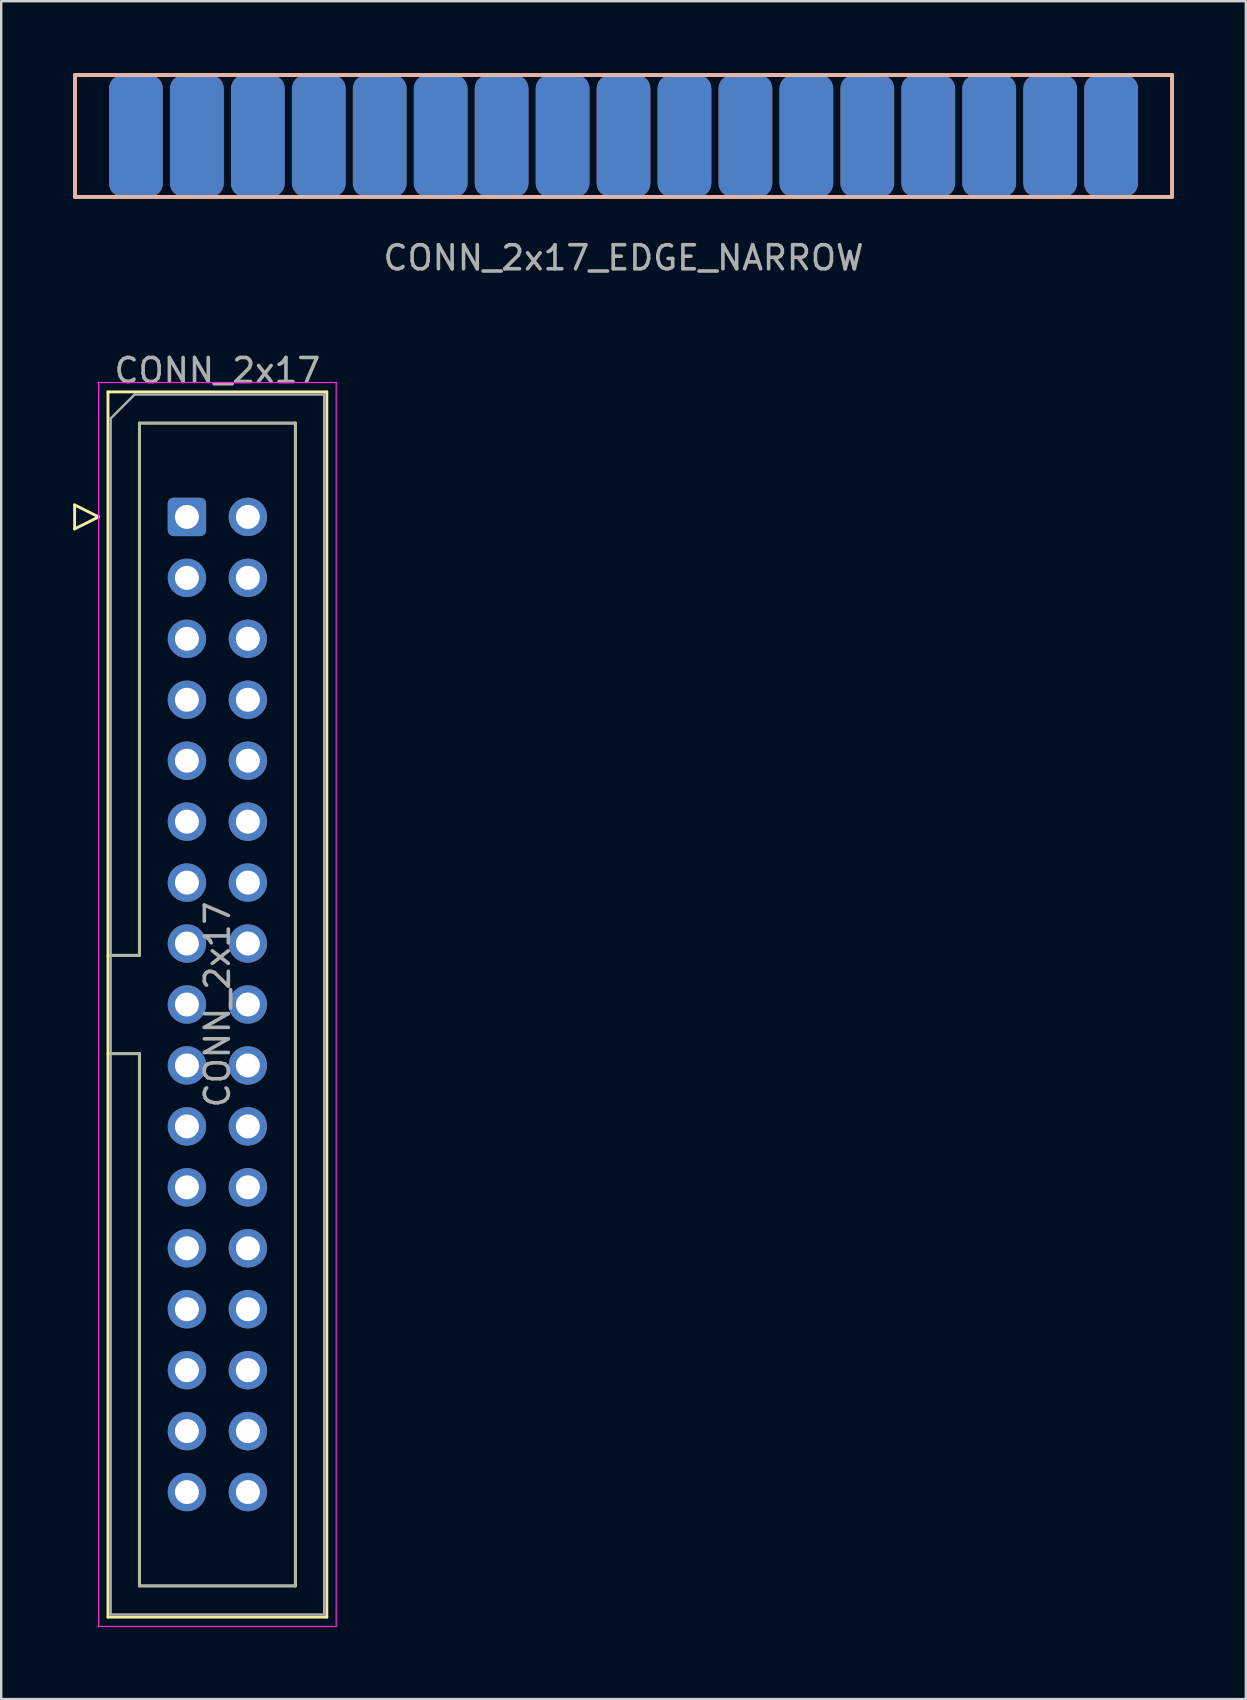
<source format=kicad_pcb>
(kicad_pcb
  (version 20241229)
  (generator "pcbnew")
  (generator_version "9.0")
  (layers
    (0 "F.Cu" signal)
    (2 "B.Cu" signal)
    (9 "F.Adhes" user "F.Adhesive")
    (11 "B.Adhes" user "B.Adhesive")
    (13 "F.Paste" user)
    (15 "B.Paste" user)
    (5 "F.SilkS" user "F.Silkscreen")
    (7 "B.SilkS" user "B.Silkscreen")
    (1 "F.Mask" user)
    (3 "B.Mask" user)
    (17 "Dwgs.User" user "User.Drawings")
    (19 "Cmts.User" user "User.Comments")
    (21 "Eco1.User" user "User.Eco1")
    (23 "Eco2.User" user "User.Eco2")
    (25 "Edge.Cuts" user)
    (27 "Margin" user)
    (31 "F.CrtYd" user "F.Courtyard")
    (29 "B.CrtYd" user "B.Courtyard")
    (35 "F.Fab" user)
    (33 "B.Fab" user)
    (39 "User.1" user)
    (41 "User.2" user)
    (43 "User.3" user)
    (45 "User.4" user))
  (footprint "CONN_2x17"
    (layer "F.Cu")
    (at 4.74 18.492)
    (property "Reference" "CONN_2x17" (at 1.27 -6.1 0) (layer "F.Fab") (effects (font (size 1 1) (thickness 0.15))))
    (attr through_hole)
    (fp_line (start -4.68 -0.5) (end -4.68 0.5) (stroke (width 0.12) (type solid)) (layer "F.SilkS"))
    (fp_line (start -4.68 0.5) (end -3.68 0) (stroke (width 0.12) (type solid)) (layer "F.SilkS"))
    (fp_line (start -3.68 0) (end -4.68 -0.5) (stroke (width 0.12) (type solid)) (layer "F.SilkS"))
    (fp_line (start -3.29 -5.21) (end 5.83 -5.21) (stroke (width 0.12) (type solid)) (layer "F.SilkS"))
    (fp_line (start -3.29 18.27) (end -1.98 18.27) (stroke (width 0.12) (type solid)) (layer "F.SilkS"))
    (fp_line (start -3.29 45.85) (end -3.29 -5.21) (stroke (width 0.12) (type solid)) (layer "F.SilkS"))
    (fp_line (start -1.98 -3.91) (end 4.52 -3.91) (stroke (width 0.12) (type solid)) (layer "F.SilkS"))
    (fp_line (start -1.98 18.27) (end -1.98 -3.91) (stroke (width 0.12) (type solid)) (layer "F.SilkS"))
    (fp_line (start -1.98 22.37) (end -3.29 22.37) (stroke (width 0.12) (type solid)) (layer "F.SilkS"))
    (fp_line (start -1.98 22.37) (end -1.98 22.37) (stroke (width 0.12) (type solid)) (layer "F.SilkS"))
    (fp_line (start -1.98 44.55) (end -1.98 22.37) (stroke (width 0.12) (type solid)) (layer "F.SilkS"))
    (fp_line (start 4.52 -3.91) (end 4.52 44.55) (stroke (width 0.12) (type solid)) (layer "F.SilkS"))
    (fp_line (start 4.52 44.55) (end -1.98 44.55) (stroke (width 0.12) (type solid)) (layer "F.SilkS"))
    (fp_line (start 5.83 -5.21) (end 5.83 45.85) (stroke (width 0.12) (type solid)) (layer "F.SilkS"))
    (fp_line (start 5.83 45.85) (end -3.29 45.85) (stroke (width 0.12) (type solid)) (layer "F.SilkS"))
    (fp_line (start -3.68 -5.6) (end -3.68 46.24) (stroke (width 0.05) (type solid)) (layer "F.CrtYd"))
    (fp_line (start -3.68 46.24) (end 6.22 46.24) (stroke (width 0.05) (type solid)) (layer "F.CrtYd"))
    (fp_line (start 6.22 -5.6) (end -3.68 -5.6) (stroke (width 0.05) (type solid)) (layer "F.CrtYd"))
    (fp_line (start 6.22 46.24) (end 6.22 -5.6) (stroke (width 0.05) (type solid)) (layer "F.CrtYd"))
    (fp_line (start -3.18 -4.1) (end -2.18 -5.1) (stroke (width 0.1) (type solid)) (layer "F.Fab"))
    (fp_line (start -3.18 18.27) (end -1.98 18.27) (stroke (width 0.1) (type solid)) (layer "F.Fab"))
    (fp_line (start -3.18 45.74) (end -3.18 -4.1) (stroke (width 0.1) (type solid)) (layer "F.Fab"))
    (fp_line (start -2.18 -5.1) (end 5.72 -5.1) (stroke (width 0.1) (type solid)) (layer "F.Fab"))
    (fp_line (start -1.98 -3.91) (end 4.52 -3.91) (stroke (width 0.1) (type solid)) (layer "F.Fab"))
    (fp_line (start -1.98 18.27) (end -1.98 -3.91) (stroke (width 0.1) (type solid)) (layer "F.Fab"))
    (fp_line (start -1.98 22.37) (end -3.18 22.37) (stroke (width 0.1) (type solid)) (layer "F.Fab"))
    (fp_line (start -1.98 22.37) (end -1.98 22.37) (stroke (width 0.1) (type solid)) (layer "F.Fab"))
    (fp_line (start -1.98 44.55) (end -1.98 22.37) (stroke (width 0.1) (type solid)) (layer "F.Fab"))
    (fp_line (start 4.52 -3.91) (end 4.52 44.55) (stroke (width 0.1) (type solid)) (layer "F.Fab"))
    (fp_line (start 4.52 44.55) (end -1.98 44.55) (stroke (width 0.1) (type solid)) (layer "F.Fab"))
    (fp_line (start 5.72 -5.1) (end 5.72 45.74) (stroke (width 0.1) (type solid)) (layer "F.Fab"))
    (fp_line (start 5.72 45.74) (end -3.18 45.74) (stroke (width 0.1) (type solid)) (layer "F.Fab"))
    (fp_text user "${REFERENCE}" (at 1.27 20.32 90) (layer "F.Fab") (effects (font (size 1 1) (thickness 0.15))))
    (pad "1" thru_hole roundrect (at 0 0) (size 1.6 1.6) (drill 1) (layers "*.Cu" "*.Mask") (roundrect_rratio 0.147))
    (pad "2" thru_hole circle (at 2.54 0) (size 1.6 1.6) (drill 1) (layers "*.Cu" "*.Mask"))
    (pad "3" thru_hole circle (at 0 2.54) (size 1.6 1.6) (drill 1) (layers "*.Cu" "*.Mask"))
    (pad "4" thru_hole circle (at 2.54 2.54) (size 1.6 1.6) (drill 1) (layers "*.Cu" "*.Mask"))
    (pad "5" thru_hole circle (at 0 5.08) (size 1.6 1.6) (drill 1) (layers "*.Cu" "*.Mask"))
    (pad "6" thru_hole circle (at 2.54 5.08) (size 1.6 1.6) (drill 1) (layers "*.Cu" "*.Mask"))
    (pad "7" thru_hole circle (at 0 7.62) (size 1.6 1.6) (drill 1) (layers "*.Cu" "*.Mask"))
    (pad "8" thru_hole circle (at 2.54 7.62) (size 1.6 1.6) (drill 1) (layers "*.Cu" "*.Mask"))
    (pad "9" thru_hole circle (at 0 10.16) (size 1.6 1.6) (drill 1) (layers "*.Cu" "*.Mask"))
    (pad "10" thru_hole circle (at 2.54 10.16) (size 1.6 1.6) (drill 1) (layers "*.Cu" "*.Mask"))
    (pad "11" thru_hole circle (at 0 12.7) (size 1.6 1.6) (drill 1) (layers "*.Cu" "*.Mask"))
    (pad "12" thru_hole circle (at 2.54 12.7) (size 1.6 1.6) (drill 1) (layers "*.Cu" "*.Mask"))
    (pad "13" thru_hole circle (at 0 15.24) (size 1.6 1.6) (drill 1) (layers "*.Cu" "*.Mask"))
    (pad "14" thru_hole circle (at 2.54 15.24) (size 1.6 1.6) (drill 1) (layers "*.Cu" "*.Mask"))
    (pad "15" thru_hole circle (at 0 17.78) (size 1.6 1.6) (drill 1) (layers "*.Cu" "*.Mask"))
    (pad "16" thru_hole circle (at 2.54 17.78) (size 1.6 1.6) (drill 1) (layers "*.Cu" "*.Mask"))
    (pad "17" thru_hole circle (at 0 20.32) (size 1.6 1.6) (drill 1) (layers "*.Cu" "*.Mask"))
    (pad "18" thru_hole circle (at 2.54 20.32) (size 1.6 1.6) (drill 1) (layers "*.Cu" "*.Mask"))
    (pad "19" thru_hole circle (at 0 22.86) (size 1.6 1.6) (drill 1) (layers "*.Cu" "*.Mask"))
    (pad "20" thru_hole circle (at 2.54 22.86) (size 1.6 1.6) (drill 1) (layers "*.Cu" "*.Mask"))
    (pad "21" thru_hole circle (at 0 25.4) (size 1.6 1.6) (drill 1) (layers "*.Cu" "*.Mask"))
    (pad "22" thru_hole circle (at 2.54 25.4) (size 1.6 1.6) (drill 1) (layers "*.Cu" "*.Mask"))
    (pad "23" thru_hole circle (at 0 27.94) (size 1.6 1.6) (drill 1) (layers "*.Cu" "*.Mask"))
    (pad "24" thru_hole circle (at 2.54 27.94) (size 1.6 1.6) (drill 1) (layers "*.Cu" "*.Mask"))
    (pad "25" thru_hole circle (at 0 30.48) (size 1.6 1.6) (drill 1) (layers "*.Cu" "*.Mask"))
    (pad "26" thru_hole circle (at 2.54 30.48) (size 1.6 1.6) (drill 1) (layers "*.Cu" "*.Mask"))
    (pad "27" thru_hole circle (at 0 33.02) (size 1.6 1.6) (drill 1) (layers "*.Cu" "*.Mask"))
    (pad "28" thru_hole circle (at 2.54 33.02) (size 1.6 1.6) (drill 1) (layers "*.Cu" "*.Mask"))
    (pad "29" thru_hole circle (at 0 35.56) (size 1.6 1.6) (drill 1) (layers "*.Cu" "*.Mask"))
    (pad "30" thru_hole circle (at 2.54 35.56) (size 1.6 1.6) (drill 1) (layers "*.Cu" "*.Mask"))
    (pad "31" thru_hole circle (at 0 38.1) (size 1.6 1.6) (drill 1) (layers "*.Cu" "*.Mask"))
    (pad "32" thru_hole circle (at 2.54 38.1) (size 1.6 1.6) (drill 1) (layers "*.Cu" "*.Mask"))
    (pad "33" thru_hole circle (at 0 40.64) (size 1.6 1.6) (drill 1) (layers "*.Cu" "*.Mask"))
    (pad "34" thru_hole circle (at 2.54 40.64) (size 1.6 1.6) (drill 1) (layers "*.Cu" "*.Mask")))
  (footprint "CONN_2x17_EDGE_NARROW"
    (layer "F.Cu")
    (at 22.935 2.615)
    (property "Reference" "CONN_2x17_EDGE_NARROW" (at 0 5.08 0) (layer "F.Fab") (effects (font (size 1 1) (thickness 0.15))))
    (attr through_hole)
    (fp_line (start -22.86 -2.54) (end -22.86 2.54) (stroke (width 0.15) (type solid)) (layer "F.SilkS"))
    (fp_line (start -22.86 -2.54) (end 22.86 -2.54) (stroke (width 0.15) (type solid)) (layer "F.SilkS"))
    (fp_line (start 22.86 -2.54) (end 22.86 2.54) (stroke (width 0.15) (type solid)) (layer "F.SilkS"))
    (fp_line (start 22.86 2.54) (end -22.86 2.54) (stroke (width 0.15) (type solid)) (layer "F.SilkS"))
    (fp_line (start -22.86 -2.54) (end 22.86 -2.54) (stroke (width 0.15) (type solid)) (layer "B.SilkS"))
    (fp_line (start -22.86 2.54) (end -22.86 -2.54) (stroke (width 0.15) (type solid)) (layer "B.SilkS"))
    (fp_line (start 22.86 -2.54) (end 22.86 2.54) (stroke (width 0.15) (type solid)) (layer "B.SilkS"))
    (fp_line (start 22.86 2.54) (end -22.86 2.54) (stroke (width 0.15) (type solid)) (layer "B.SilkS"))
    (pad "1" connect roundrect (at -20.32 0) (size 2.24 5.08) (layers "F.Cu" "F.Mask" "F.Paste") (roundrect_rratio 0.25))
    (pad "2" connect roundrect (at -20.32 0) (size 2.24 5.08) (layers "B.Cu" "B.Mask" "B.Paste") (roundrect_rratio 0.25))
    (pad "3" connect roundrect (at -17.78 0) (size 2.24 5.08) (layers "F.Cu" "F.Mask" "F.Paste") (roundrect_rratio 0.25))
    (pad "4" connect roundrect (at -17.78 0) (size 2.24 5.08) (layers "B.Cu" "B.Mask" "B.Paste") (roundrect_rratio 0.25))
    (pad "5" connect roundrect (at -15.24 0) (size 2.24 5.08) (layers "F.Cu" "F.Mask" "F.Paste") (roundrect_rratio 0.25))
    (pad "6" connect roundrect (at -15.24 0) (size 2.24 5.08) (layers "B.Cu" "B.Mask" "B.Paste") (roundrect_rratio 0.25))
    (pad "7" connect roundrect (at -12.7 0) (size 2.24 5.08) (layers "F.Cu" "F.Mask" "F.Paste") (roundrect_rratio 0.25))
    (pad "8" connect roundrect (at -12.7 0) (size 2.24 5.08) (layers "B.Cu" "B.Mask" "B.Paste") (roundrect_rratio 0.25))
    (pad "9" connect roundrect (at -10.16 0) (size 2.24 5.08) (layers "F.Cu" "F.Mask" "F.Paste") (roundrect_rratio 0.25))
    (pad "10" connect roundrect (at -10.16 0) (size 2.24 5.08) (layers "B.Cu" "B.Mask" "B.Paste") (roundrect_rratio 0.25))
    (pad "11" connect roundrect (at -7.62 0) (size 2.24 5.08) (layers "F.Cu" "F.Mask" "F.Paste") (roundrect_rratio 0.25))
    (pad "12" connect roundrect (at -7.62 0) (size 2.24 5.08) (layers "B.Cu" "B.Mask" "B.Paste") (roundrect_rratio 0.25))
    (pad "13" connect roundrect (at -5.08 0) (size 2.24 5.08) (layers "F.Cu" "F.Mask" "F.Paste") (roundrect_rratio 0.25))
    (pad "14" connect roundrect (at -5.08 0) (size 2.24 5.08) (layers "B.Cu" "B.Mask" "B.Paste") (roundrect_rratio 0.25))
    (pad "15" connect roundrect (at -2.54 0) (size 2.24 5.08) (layers "F.Cu" "F.Mask" "F.Paste") (roundrect_rratio 0.25))
    (pad "16" connect roundrect (at -2.54 0) (size 2.24 5.08) (layers "B.Cu" "B.Mask" "B.Paste") (roundrect_rratio 0.25))
    (pad "17" connect roundrect (at 0 0) (size 2.24 5.08) (layers "F.Cu" "F.Mask" "F.Paste") (roundrect_rratio 0.25))
    (pad "18" connect roundrect (at 0 0) (size 2.24 5.08) (layers "B.Cu" "B.Mask" "B.Paste") (roundrect_rratio 0.25))
    (pad "19" connect roundrect (at 2.54 0) (size 2.24 5.08) (layers "F.Cu" "F.Mask" "F.Paste") (roundrect_rratio 0.25))
    (pad "20" connect roundrect (at 2.54 0) (size 2.24 5.08) (layers "B.Cu" "B.Mask" "B.Paste") (roundrect_rratio 0.25))
    (pad "21" connect roundrect (at 5.08 0) (size 2.24 5.08) (layers "F.Cu" "F.Mask" "F.Paste") (roundrect_rratio 0.25))
    (pad "22" connect roundrect (at 5.08 0) (size 2.24 5.08) (layers "B.Cu" "B.Mask" "B.Paste") (roundrect_rratio 0.25))
    (pad "23" connect roundrect (at 7.62 0) (size 2.24 5.08) (layers "F.Cu" "F.Mask" "F.Paste") (roundrect_rratio 0.25))
    (pad "24" connect roundrect (at 7.62 0) (size 2.24 5.08) (layers "B.Cu" "B.Mask" "B.Paste") (roundrect_rratio 0.25))
    (pad "25" connect roundrect (at 10.16 0) (size 2.24 5.08) (layers "F.Cu" "F.Mask" "F.Paste") (roundrect_rratio 0.25))
    (pad "26" connect roundrect (at 10.16 0) (size 2.24 5.08) (layers "B.Cu" "B.Mask" "B.Paste") (roundrect_rratio 0.25))
    (pad "27" connect roundrect (at 12.7 0) (size 2.24 5.08) (layers "F.Cu" "F.Mask" "F.Paste") (roundrect_rratio 0.25))
    (pad "28" connect roundrect (at 12.7 0) (size 2.24 5.08) (layers "B.Cu" "B.Mask" "B.Paste") (roundrect_rratio 0.25))
    (pad "29" connect roundrect (at 15.24 0) (size 2.24 5.08) (layers "F.Cu" "F.Mask" "F.Paste") (roundrect_rratio 0.25))
    (pad "30" connect roundrect (at 15.24 0) (size 2.24 5.08) (layers "B.Cu" "B.Mask" "B.Paste") (roundrect_rratio 0.25))
    (pad "31" connect roundrect (at 17.78 0) (size 2.24 5.08) (layers "F.Cu" "F.Mask" "F.Paste") (roundrect_rratio 0.25))
    (pad "32" connect roundrect (at 17.78 0) (size 2.24 5.08) (layers "B.Cu" "B.Mask" "B.Paste") (roundrect_rratio 0.25))
    (pad "33" connect roundrect (at 20.32 0) (size 2.24 5.08) (layers "F.Cu" "F.Mask" "F.Paste") (roundrect_rratio 0.25))
    (pad "34" connect roundrect (at 20.32 0) (size 2.24 5.08) (layers "B.Cu" "B.Mask" "B.Paste") (roundrect_rratio 0.25)))
  (gr_rect
    (start -3 -3)
    (end 48.87 67.757)
    (stroke (width 0.1) (type default))
    (fill no)
    (layer "Edge.Cuts")))
</source>
